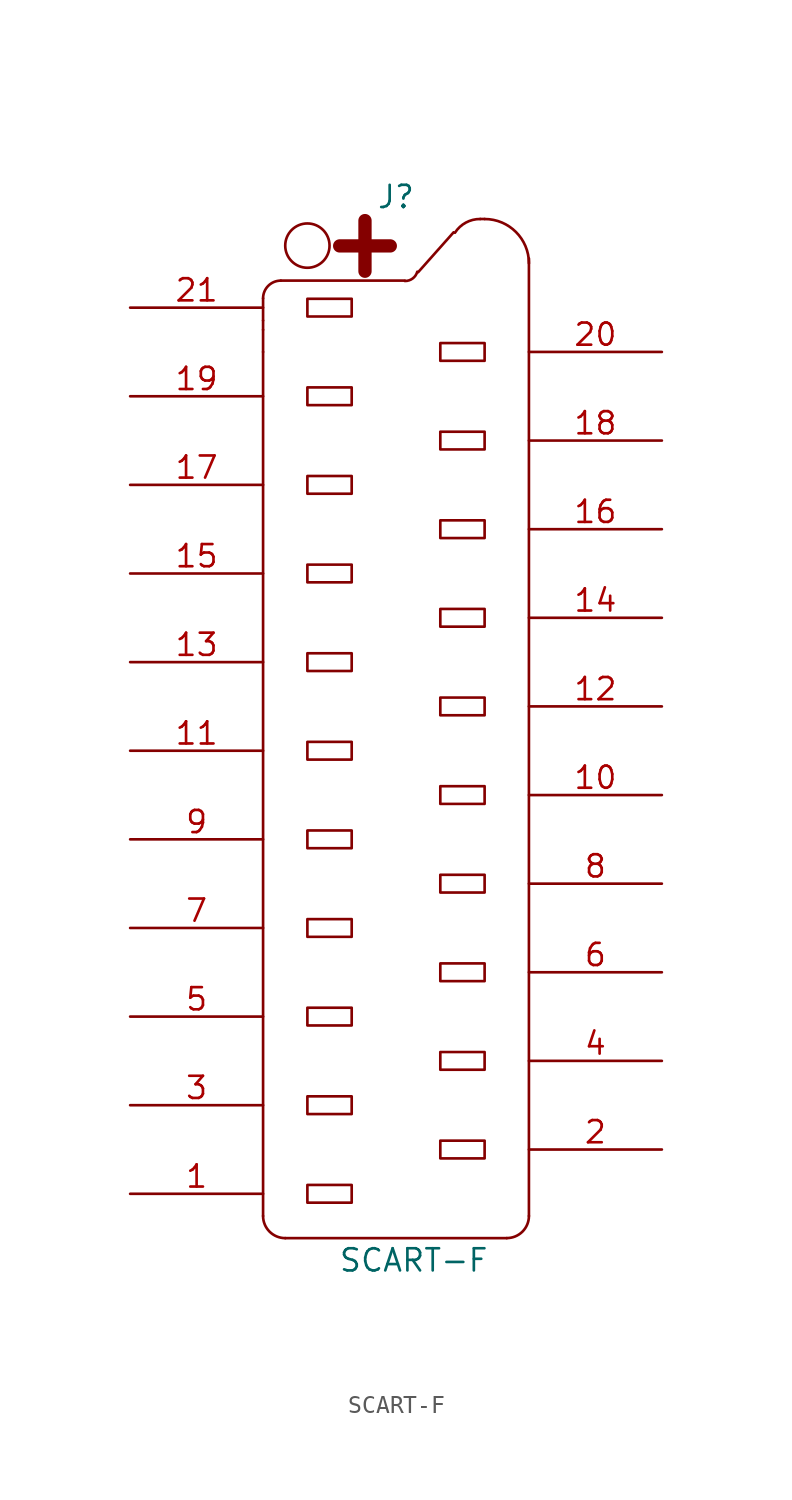
<source format=kicad_sym>
(kicad_symbol_lib
  (version 20231120)
  (generator "kicad_symbol_editor")
  (generator_version "8.0")
  (symbol "SCART-F"
    (pin_names
      (offset 0.762) hide)
    (property "Reference" "J"
      (at 0 30.48 0)
      (effects (font (size 1.27 1.27))))
    (property "Value" "SCART-F"
      (at 1.016 -30.48 0)
      (effects (font (size 1.27 1.27))))
    (symbol "SCART-F_0_1"
      (arc (start -7.62 -27.94) (mid -7.248 -28.838) (end -6.35 -29.21) (stroke (width 0) (type solid)) (fill (type none)))
      (arc (start -6.604 25.6794) (mid -7.3224 25.3818) (end -7.62 24.6634) (stroke (width 0) (type solid)) (fill (type none)))
      (rectangle (start -5.08 -26.162) (end -2.54 -27.178) (stroke (width 0) (type solid)) (fill (type none)))
      (rectangle (start -5.08 -21.082) (end -2.54 -22.098) (stroke (width 0) (type solid)) (fill (type none)))
      (rectangle (start -5.08 -16.002) (end -2.54 -17.018) (stroke (width 0) (type solid)) (fill (type none)))
      (rectangle (start -5.08 -10.922) (end -2.54 -11.938) (stroke (width 0) (type solid)) (fill (type none)))
      (rectangle (start -5.08 -5.842) (end -2.54 -6.858) (stroke (width 0) (type solid)) (fill (type none)))
      (rectangle (start -5.08 -0.762) (end -2.54 -1.778) (stroke (width 0) (type solid)) (fill (type none)))
      (rectangle (start -5.08 4.318) (end -2.54 3.302) (stroke (width 0) (type solid)) (fill (type none)))
      (rectangle (start -5.08 9.398) (end -2.54 8.382) (stroke (width 0) (type solid)) (fill (type none)))
      (rectangle (start -5.08 14.478) (end -2.54 13.462) (stroke (width 0) (type solid)) (fill (type none)))
      (rectangle (start -5.08 19.558) (end -2.54 18.542) (stroke (width 0) (type solid)) (fill (type none)))
      (rectangle (start -5.08 24.638) (end -2.54 23.622) (stroke (width 0) (type solid)) (fill (type none)))
      (circle (center -5.08 27.686) (radius 1.27) (stroke (width 0) (type solid)) (fill (type none)))
      (polyline (pts (xy -7.62 21.59) (xy -7.62 -27.94)) (stroke (width 0) (type solid)) (fill (type none)))
      (polyline (pts (xy -7.62 21.59) (xy -7.62 22.86)) (stroke (width 0) (type solid)) (fill (type none)))
      (polyline (pts (xy -7.62 23.393) (xy -7.62 22.86)) (stroke (width 0) (type solid)) (fill (type none)))
      (polyline (pts (xy -7.62 23.393) (xy -7.62 24.663)) (stroke (width 0) (type solid)) (fill (type none)))
      (polyline (pts (xy -6.604 25.679) (xy 0.508 25.679)) (stroke (width 0) (type solid)) (fill (type none)))
      (polyline (pts (xy -6.35 -29.21) (xy 6.35 -29.21)) (stroke (width 0) (type solid)) (fill (type none)))
      (polyline (pts (xy 3.302 28.448) (xy 1.27 26.162)) (stroke (width 0) (type solid)) (fill (type none)))
      (polyline (pts (xy 4.826 29.21) (xy 5.08 29.21)) (stroke (width 0) (type solid)) (fill (type none)))
      (polyline (pts (xy 7.62 -27.94) (xy 7.62 26.949)) (stroke (width 0) (type solid)) (fill (type none)))
      (arc (start 0.508 25.654) (mid 0.9569 25.8002) (end 1.2192 26.1874) (stroke (width 0) (type solid)) (fill (type none)))
      (rectangle (start 2.54 -23.622) (end 5.08 -24.638) (stroke (width 0) (type solid)) (fill (type none)))
      (rectangle (start 2.54 -18.542) (end 5.08 -19.558) (stroke (width 0) (type solid)) (fill (type none)))
      (rectangle (start 2.54 -13.462) (end 5.08 -14.478) (stroke (width 0) (type solid)) (fill (type none)))
      (rectangle (start 2.54 -8.382) (end 5.08 -9.398) (stroke (width 0) (type solid)) (fill (type none)))
      (rectangle (start 2.54 -3.302) (end 5.08 -4.318) (stroke (width 0) (type solid)) (fill (type none)))
      (rectangle (start 2.54 1.778) (end 5.08 0.762) (stroke (width 0) (type solid)) (fill (type none)))
      (rectangle (start 2.54 6.858) (end 5.08 5.842) (stroke (width 0) (type solid)) (fill (type none)))
      (rectangle (start 2.54 11.938) (end 5.08 10.922) (stroke (width 0) (type solid)) (fill (type none)))
      (rectangle (start 2.54 17.018) (end 5.08 16.002) (stroke (width 0) (type solid)) (fill (type none)))
      (rectangle (start 2.54 22.098) (end 5.08 21.082) (stroke (width 0) (type solid)) (fill (type none)))
      (arc (start 4.826 29.21) (mid 3.999 29.0026) (end 3.3782 28.4226) (stroke (width 0) (type solid)) (fill (type none)))
      (arc (start 6.35 -29.21) (mid 7.248 -28.838) (end 7.62 -27.94) (stroke (width 0) (type solid)) (fill (type none)))
      (arc (start 7.62 26.67) (mid 6.8761 28.4661) (end 5.08 29.21) (stroke (width 0) (type solid)) (fill (type none)))
      (text "+" (at -1.778 27.94 0) (effects (font (size 3.81 3.81) (bold yes)))))
    (symbol "SCART-F_1_1"
      (pin passive line (at -15.24 -26.67 0) (length 7.62) (name "P1" (effects (font (size 1.27 1.27)))) (number "1" (effects (font (size 1.27 1.27)))))
      (pin passive line (at 15.24 -3.81 180) (length 7.62) (name "P10" (effects (font (size 1.27 1.27)))) (number "10" (effects (font (size 1.27 1.27)))))
      (pin passive line (at -15.24 -1.27 0) (length 7.62) (name "P11" (effects (font (size 1.27 1.27)))) (number "11" (effects (font (size 1.27 1.27)))))
      (pin passive line (at 15.24 1.27 180) (length 7.62) (name "P12" (effects (font (size 1.27 1.27)))) (number "12" (effects (font (size 1.27 1.27)))))
      (pin passive line (at -15.24 3.81 0) (length 7.62) (name "P13" (effects (font (size 1.27 1.27)))) (number "13" (effects (font (size 1.27 1.27)))))
      (pin passive line (at 15.24 6.35 180) (length 7.62) (name "P14" (effects (font (size 1.27 1.27)))) (number "14" (effects (font (size 1.27 1.27)))))
      (pin passive line (at -15.24 8.89 0) (length 7.62) (name "P15" (effects (font (size 1.27 1.27)))) (number "15" (effects (font (size 1.27 1.27)))))
      (pin passive line (at 15.24 11.43 180) (length 7.62) (name "P16" (effects (font (size 1.27 1.27)))) (number "16" (effects (font (size 1.27 1.27)))))
      (pin passive line (at -15.24 13.97 0) (length 7.62) (name "P17" (effects (font (size 1.27 1.27)))) (number "17" (effects (font (size 1.27 1.27)))))
      (pin passive line (at 15.24 16.51 180) (length 7.62) (name "P18" (effects (font (size 1.27 1.27)))) (number "18" (effects (font (size 1.27 1.27)))))
      (pin passive line (at -15.24 19.05 0) (length 7.62) (name "P19" (effects (font (size 1.27 1.27)))) (number "19" (effects (font (size 1.27 1.27)))))
      (pin passive line (at 15.24 -24.13 180) (length 7.62) (name "P2" (effects (font (size 1.27 1.27)))) (number "2" (effects (font (size 1.27 1.27)))))
      (pin passive line (at 15.24 21.59 180) (length 7.62) (name "P20" (effects (font (size 1.27 1.27)))) (number "20" (effects (font (size 1.27 1.27)))))
      (pin passive line (at -15.24 24.13 0) (length 7.62) (name "P21" (effects (font (size 1.27 1.27)))) (number "21" (effects (font (size 1.27 1.27)))))
      (pin passive line (at -15.24 -21.59 0) (length 7.62) (name "P3" (effects (font (size 1.27 1.27)))) (number "3" (effects (font (size 1.27 1.27)))))
      (pin passive line (at 15.24 -19.05 180) (length 7.62) (name "P4" (effects (font (size 1.27 1.27)))) (number "4" (effects (font (size 1.27 1.27)))))
      (pin passive line (at -15.24 -16.51 0) (length 7.62) (name "P5" (effects (font (size 1.27 1.27)))) (number "5" (effects (font (size 1.27 1.27)))))
      (pin passive line (at 15.24 -13.97 180) (length 7.62) (name "P6" (effects (font (size 1.27 1.27)))) (number "6" (effects (font (size 1.27 1.27)))))
      (pin passive line (at -15.24 -11.43 0) (length 7.62) (name "P7" (effects (font (size 1.27 1.27)))) (number "7" (effects (font (size 1.27 1.27)))))
      (pin passive line (at 15.24 -8.89 180) (length 7.62) (name "P8" (effects (font (size 1.27 1.27)))) (number "8" (effects (font (size 1.27 1.27)))))
      (pin passive line (at -15.24 -6.35 0) (length 7.62) (name "P9" (effects (font (size 1.27 1.27)))) (number "9" (effects (font (size 1.27 1.27))))))))
</source>
